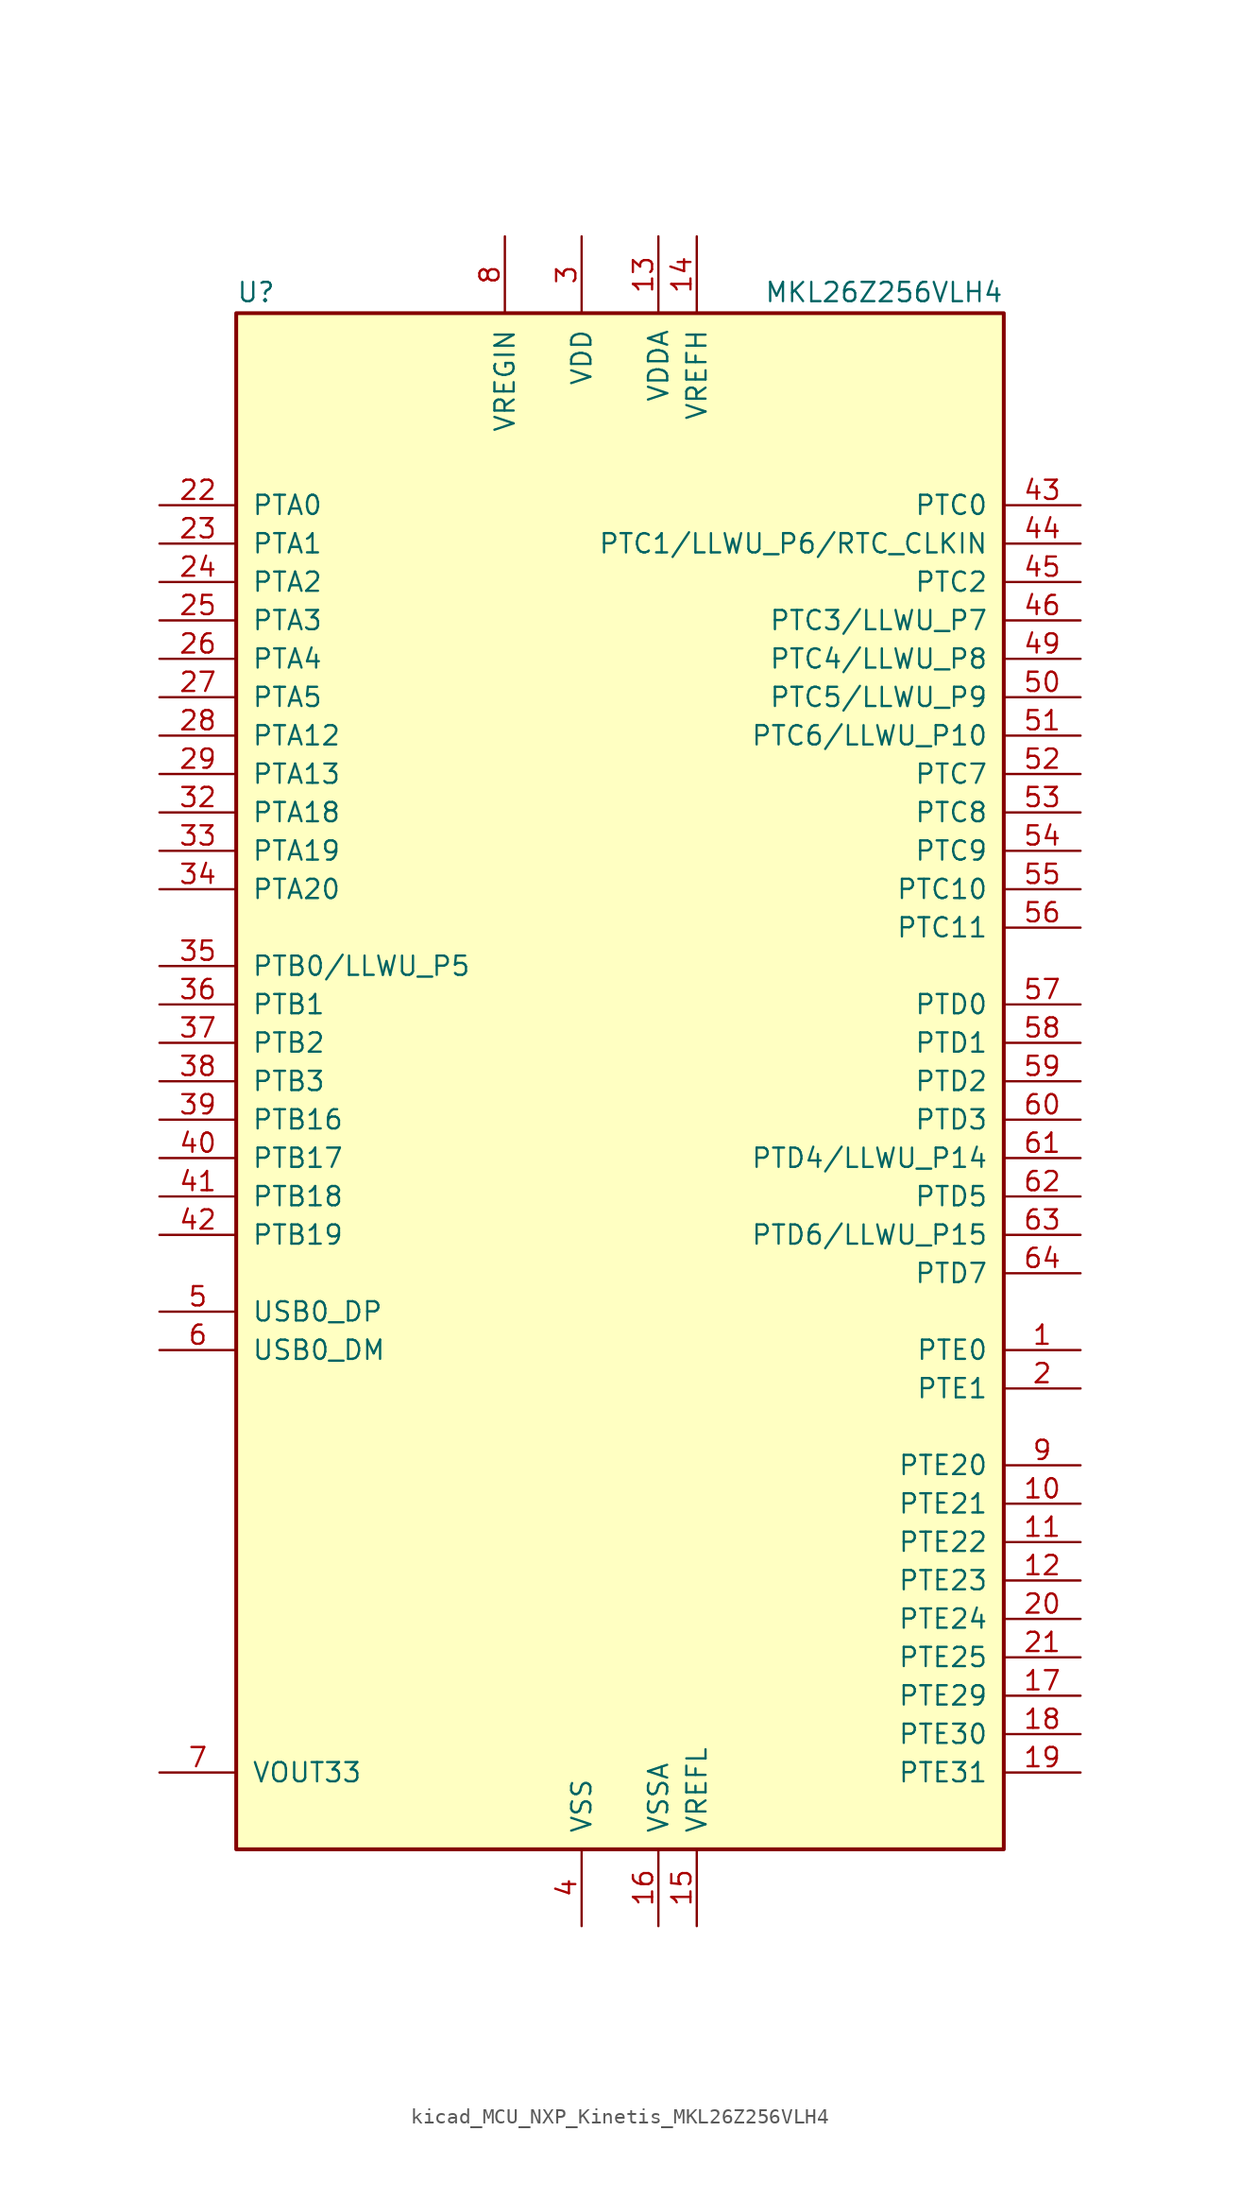
<source format=kicad_sym>
(kicad_symbol_lib
  (version 20220914)
  (generator kicad_symbol_editor)
  (symbol "kicad_MCU_NXP_Kinetis_MKL26Z256VLH4"
    (pin_names
      (offset 1.016))
    (property "Reference" "U"
      (at -25.4 51.435 0)
      (effects (font (size 1.27 1.27)) (justify left bottom)))
    (property "Value" "MKL26Z256VLH4"
      (at 25.4 51.435 0)
      (effects (font (size 1.27 1.27)) (justify right bottom)))
    (symbol "kicad_MCU_NXP_Kinetis_MKL26Z256VLH4_0_1"
      (rectangle (start -25.4 50.8) (end 25.4 -50.8) (stroke (width 0.254) (type default)) (fill (type background))))
    (symbol "kicad_MCU_NXP_Kinetis_MKL26Z256VLH4_1_1"
      (pin bidirectional line (at 30.48 -17.78 180) (length 5.08) (name "PTE0" (effects (font (size 1.27 1.27)))) (number "1" (effects (font (size 1.27 1.27)))))
      (pin bidirectional line (at 30.48 -27.94 180) (length 5.08) (name "PTE21" (effects (font (size 1.27 1.27)))) (number "10" (effects (font (size 1.27 1.27)))))
      (pin bidirectional line (at 30.48 -30.48 180) (length 5.08) (name "PTE22" (effects (font (size 1.27 1.27)))) (number "11" (effects (font (size 1.27 1.27)))))
      (pin bidirectional line (at 30.48 -33.02 180) (length 5.08) (name "PTE23" (effects (font (size 1.27 1.27)))) (number "12" (effects (font (size 1.27 1.27)))))
      (pin power_in line (at 2.54 55.88 270) (length 5.08) (name "VDDA" (effects (font (size 1.27 1.27)))) (number "13" (effects (font (size 1.27 1.27)))))
      (pin power_in line (at 5.08 55.88 270) (length 5.08) (name "VREFH" (effects (font (size 1.27 1.27)))) (number "14" (effects (font (size 1.27 1.27)))))
      (pin power_in line (at 5.08 -55.88 90) (length 5.08) (name "VREFL" (effects (font (size 1.27 1.27)))) (number "15" (effects (font (size 1.27 1.27)))))
      (pin power_in line (at 2.54 -55.88 90) (length 5.08) (name "VSSA" (effects (font (size 1.27 1.27)))) (number "16" (effects (font (size 1.27 1.27)))))
      (pin bidirectional line (at 30.48 -40.64 180) (length 5.08) (name "PTE29" (effects (font (size 1.27 1.27)))) (number "17" (effects (font (size 1.27 1.27)))))
      (pin bidirectional line (at 30.48 -43.18 180) (length 5.08) (name "PTE30" (effects (font (size 1.27 1.27)))) (number "18" (effects (font (size 1.27 1.27)))))
      (pin bidirectional line (at 30.48 -45.72 180) (length 5.08) (name "PTE31" (effects (font (size 1.27 1.27)))) (number "19" (effects (font (size 1.27 1.27)))))
      (pin bidirectional line (at 30.48 -20.32 180) (length 5.08) (name "PTE1" (effects (font (size 1.27 1.27)))) (number "2" (effects (font (size 1.27 1.27)))))
      (pin bidirectional line (at 30.48 -35.56 180) (length 5.08) (name "PTE24" (effects (font (size 1.27 1.27)))) (number "20" (effects (font (size 1.27 1.27)))))
      (pin bidirectional line (at 30.48 -38.1 180) (length 5.08) (name "PTE25" (effects (font (size 1.27 1.27)))) (number "21" (effects (font (size 1.27 1.27)))))
      (pin bidirectional line (at -30.48 38.1 0) (length 5.08) (name "PTA0" (effects (font (size 1.27 1.27)))) (number "22" (effects (font (size 1.27 1.27)))))
      (pin bidirectional line (at -30.48 35.56 0) (length 5.08) (name "PTA1" (effects (font (size 1.27 1.27)))) (number "23" (effects (font (size 1.27 1.27)))))
      (pin bidirectional line (at -30.48 33.02 0) (length 5.08) (name "PTA2" (effects (font (size 1.27 1.27)))) (number "24" (effects (font (size 1.27 1.27)))))
      (pin bidirectional line (at -30.48 30.48 0) (length 5.08) (name "PTA3" (effects (font (size 1.27 1.27)))) (number "25" (effects (font (size 1.27 1.27)))))
      (pin bidirectional line (at -30.48 27.94 0) (length 5.08) (name "PTA4" (effects (font (size 1.27 1.27)))) (number "26" (effects (font (size 1.27 1.27)))))
      (pin bidirectional line (at -30.48 25.4 0) (length 5.08) (name "PTA5" (effects (font (size 1.27 1.27)))) (number "27" (effects (font (size 1.27 1.27)))))
      (pin bidirectional line (at -30.48 22.86 0) (length 5.08) (name "PTA12" (effects (font (size 1.27 1.27)))) (number "28" (effects (font (size 1.27 1.27)))))
      (pin bidirectional line (at -30.48 20.32 0) (length 5.08) (name "PTA13" (effects (font (size 1.27 1.27)))) (number "29" (effects (font (size 1.27 1.27)))))
      (pin power_in line (at -2.54 55.88 270) (length 5.08) (name "VDD" (effects (font (size 1.27 1.27)))) (number "3" (effects (font (size 1.27 1.27)))))
      (pin passive line (at -2.54 55.88 270) (length 5.08) hide (name "VDD" (effects (font (size 1.27 1.27)))) (number "30" (effects (font (size 1.27 1.27)))))
      (pin passive line (at -2.54 -55.88 90) (length 5.08) hide (name "VSS" (effects (font (size 1.27 1.27)))) (number "31" (effects (font (size 1.27 1.27)))))
      (pin bidirectional line (at -30.48 17.78 0) (length 5.08) (name "PTA18" (effects (font (size 1.27 1.27)))) (number "32" (effects (font (size 1.27 1.27)))))
      (pin bidirectional line (at -30.48 15.24 0) (length 5.08) (name "PTA19" (effects (font (size 1.27 1.27)))) (number "33" (effects (font (size 1.27 1.27)))))
      (pin bidirectional line (at -30.48 12.7 0) (length 5.08) (name "PTA20" (effects (font (size 1.27 1.27)))) (number "34" (effects (font (size 1.27 1.27)))))
      (pin bidirectional line (at -30.48 7.62 0) (length 5.08) (name "PTB0/LLWU_P5" (effects (font (size 1.27 1.27)))) (number "35" (effects (font (size 1.27 1.27)))))
      (pin bidirectional line (at -30.48 5.08 0) (length 5.08) (name "PTB1" (effects (font (size 1.27 1.27)))) (number "36" (effects (font (size 1.27 1.27)))))
      (pin bidirectional line (at -30.48 2.54 0) (length 5.08) (name "PTB2" (effects (font (size 1.27 1.27)))) (number "37" (effects (font (size 1.27 1.27)))))
      (pin bidirectional line (at -30.48 0 0) (length 5.08) (name "PTB3" (effects (font (size 1.27 1.27)))) (number "38" (effects (font (size 1.27 1.27)))))
      (pin bidirectional line (at -30.48 -2.54 0) (length 5.08) (name "PTB16" (effects (font (size 1.27 1.27)))) (number "39" (effects (font (size 1.27 1.27)))))
      (pin power_in line (at -2.54 -55.88 90) (length 5.08) (name "VSS" (effects (font (size 1.27 1.27)))) (number "4" (effects (font (size 1.27 1.27)))))
      (pin bidirectional line (at -30.48 -5.08 0) (length 5.08) (name "PTB17" (effects (font (size 1.27 1.27)))) (number "40" (effects (font (size 1.27 1.27)))))
      (pin bidirectional line (at -30.48 -7.62 0) (length 5.08) (name "PTB18" (effects (font (size 1.27 1.27)))) (number "41" (effects (font (size 1.27 1.27)))))
      (pin bidirectional line (at -30.48 -10.16 0) (length 5.08) (name "PTB19" (effects (font (size 1.27 1.27)))) (number "42" (effects (font (size 1.27 1.27)))))
      (pin bidirectional line (at 30.48 38.1 180) (length 5.08) (name "PTC0" (effects (font (size 1.27 1.27)))) (number "43" (effects (font (size 1.27 1.27)))))
      (pin bidirectional line (at 30.48 35.56 180) (length 5.08) (name "PTC1/LLWU_P6/RTC_CLKIN" (effects (font (size 1.27 1.27)))) (number "44" (effects (font (size 1.27 1.27)))))
      (pin bidirectional line (at 30.48 33.02 180) (length 5.08) (name "PTC2" (effects (font (size 1.27 1.27)))) (number "45" (effects (font (size 1.27 1.27)))))
      (pin bidirectional line (at 30.48 30.48 180) (length 5.08) (name "PTC3/LLWU_P7" (effects (font (size 1.27 1.27)))) (number "46" (effects (font (size 1.27 1.27)))))
      (pin passive line (at -2.54 -55.88 90) (length 5.08) hide (name "VSS" (effects (font (size 1.27 1.27)))) (number "47" (effects (font (size 1.27 1.27)))))
      (pin passive line (at -2.54 55.88 270) (length 5.08) hide (name "VDD" (effects (font (size 1.27 1.27)))) (number "48" (effects (font (size 1.27 1.27)))))
      (pin bidirectional line (at 30.48 27.94 180) (length 5.08) (name "PTC4/LLWU_P8" (effects (font (size 1.27 1.27)))) (number "49" (effects (font (size 1.27 1.27)))))
      (pin bidirectional line (at -30.48 -15.24 0) (length 5.08) (name "USB0_DP" (effects (font (size 1.27 1.27)))) (number "5" (effects (font (size 1.27 1.27)))))
      (pin bidirectional line (at 30.48 25.4 180) (length 5.08) (name "PTC5/LLWU_P9" (effects (font (size 1.27 1.27)))) (number "50" (effects (font (size 1.27 1.27)))))
      (pin bidirectional line (at 30.48 22.86 180) (length 5.08) (name "PTC6/LLWU_P10" (effects (font (size 1.27 1.27)))) (number "51" (effects (font (size 1.27 1.27)))))
      (pin bidirectional line (at 30.48 20.32 180) (length 5.08) (name "PTC7" (effects (font (size 1.27 1.27)))) (number "52" (effects (font (size 1.27 1.27)))))
      (pin bidirectional line (at 30.48 17.78 180) (length 5.08) (name "PTC8" (effects (font (size 1.27 1.27)))) (number "53" (effects (font (size 1.27 1.27)))))
      (pin bidirectional line (at 30.48 15.24 180) (length 5.08) (name "PTC9" (effects (font (size 1.27 1.27)))) (number "54" (effects (font (size 1.27 1.27)))))
      (pin bidirectional line (at 30.48 12.7 180) (length 5.08) (name "PTC10" (effects (font (size 1.27 1.27)))) (number "55" (effects (font (size 1.27 1.27)))))
      (pin bidirectional line (at 30.48 10.16 180) (length 5.08) (name "PTC11" (effects (font (size 1.27 1.27)))) (number "56" (effects (font (size 1.27 1.27)))))
      (pin bidirectional line (at 30.48 5.08 180) (length 5.08) (name "PTD0" (effects (font (size 1.27 1.27)))) (number "57" (effects (font (size 1.27 1.27)))))
      (pin bidirectional line (at 30.48 2.54 180) (length 5.08) (name "PTD1" (effects (font (size 1.27 1.27)))) (number "58" (effects (font (size 1.27 1.27)))))
      (pin bidirectional line (at 30.48 0 180) (length 5.08) (name "PTD2" (effects (font (size 1.27 1.27)))) (number "59" (effects (font (size 1.27 1.27)))))
      (pin bidirectional line (at -30.48 -17.78 0) (length 5.08) (name "USB0_DM" (effects (font (size 1.27 1.27)))) (number "6" (effects (font (size 1.27 1.27)))))
      (pin bidirectional line (at 30.48 -2.54 180) (length 5.08) (name "PTD3" (effects (font (size 1.27 1.27)))) (number "60" (effects (font (size 1.27 1.27)))))
      (pin bidirectional line (at 30.48 -5.08 180) (length 5.08) (name "PTD4/LLWU_P14" (effects (font (size 1.27 1.27)))) (number "61" (effects (font (size 1.27 1.27)))))
      (pin bidirectional line (at 30.48 -7.62 180) (length 5.08) (name "PTD5" (effects (font (size 1.27 1.27)))) (number "62" (effects (font (size 1.27 1.27)))))
      (pin bidirectional line (at 30.48 -10.16 180) (length 5.08) (name "PTD6/LLWU_P15" (effects (font (size 1.27 1.27)))) (number "63" (effects (font (size 1.27 1.27)))))
      (pin bidirectional line (at 30.48 -12.7 180) (length 5.08) (name "PTD7" (effects (font (size 1.27 1.27)))) (number "64" (effects (font (size 1.27 1.27)))))
      (pin power_out line (at -30.48 -45.72 0) (length 5.08) (name "VOUT33" (effects (font (size 1.27 1.27)))) (number "7" (effects (font (size 1.27 1.27)))))
      (pin power_in line (at -7.62 55.88 270) (length 5.08) (name "VREGIN" (effects (font (size 1.27 1.27)))) (number "8" (effects (font (size 1.27 1.27)))))
      (pin bidirectional line (at 30.48 -25.4 180) (length 5.08) (name "PTE20" (effects (font (size 1.27 1.27)))) (number "9" (effects (font (size 1.27 1.27))))))))
</source>
